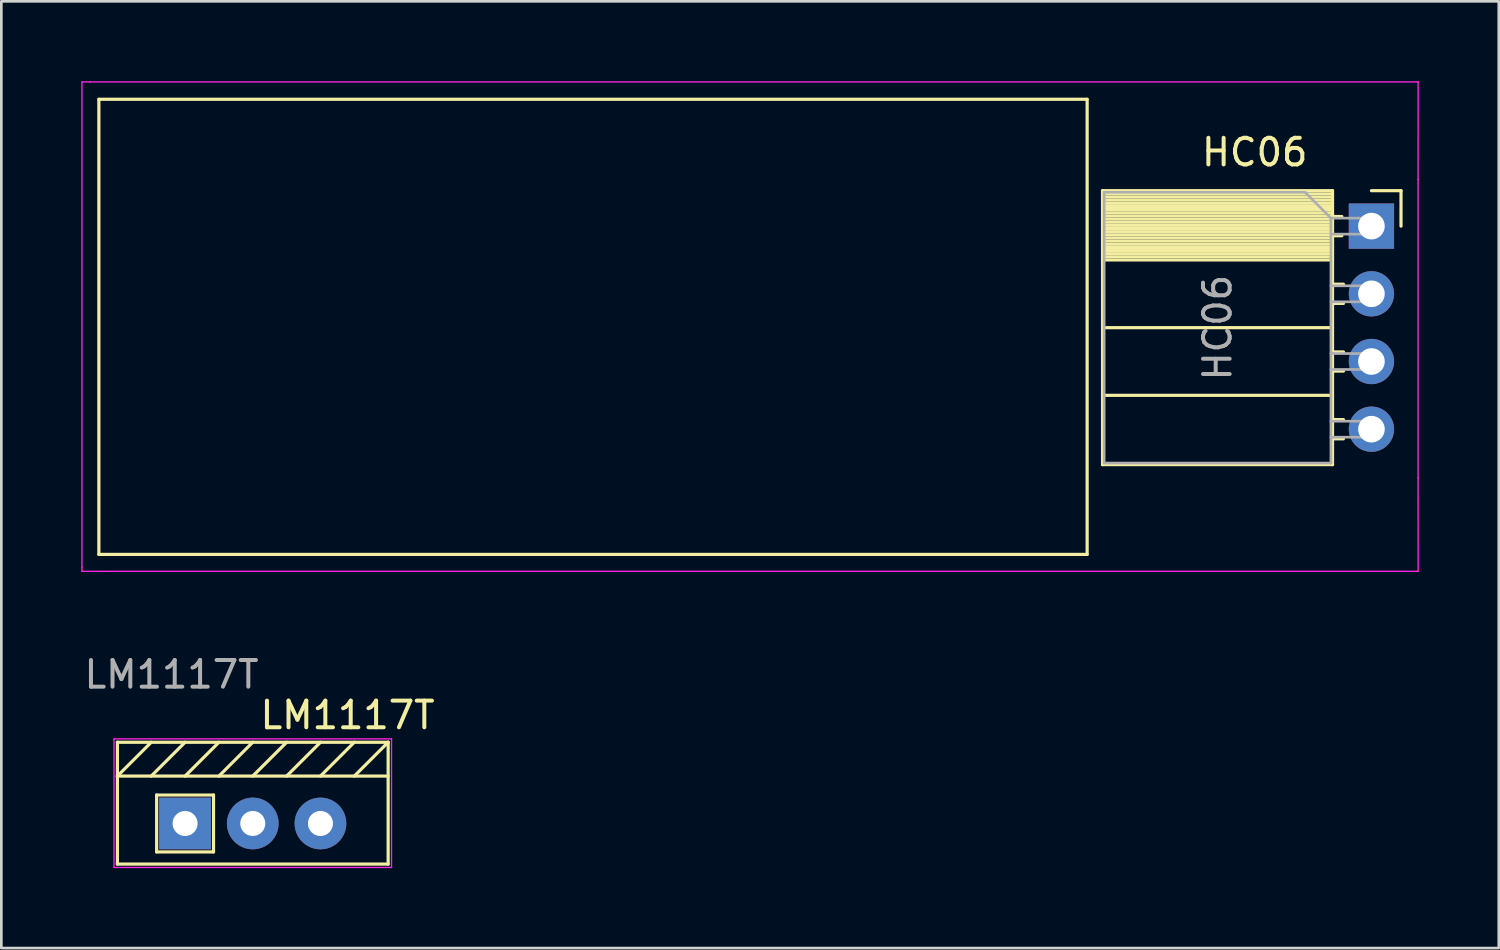
<source format=kicad_pcb>
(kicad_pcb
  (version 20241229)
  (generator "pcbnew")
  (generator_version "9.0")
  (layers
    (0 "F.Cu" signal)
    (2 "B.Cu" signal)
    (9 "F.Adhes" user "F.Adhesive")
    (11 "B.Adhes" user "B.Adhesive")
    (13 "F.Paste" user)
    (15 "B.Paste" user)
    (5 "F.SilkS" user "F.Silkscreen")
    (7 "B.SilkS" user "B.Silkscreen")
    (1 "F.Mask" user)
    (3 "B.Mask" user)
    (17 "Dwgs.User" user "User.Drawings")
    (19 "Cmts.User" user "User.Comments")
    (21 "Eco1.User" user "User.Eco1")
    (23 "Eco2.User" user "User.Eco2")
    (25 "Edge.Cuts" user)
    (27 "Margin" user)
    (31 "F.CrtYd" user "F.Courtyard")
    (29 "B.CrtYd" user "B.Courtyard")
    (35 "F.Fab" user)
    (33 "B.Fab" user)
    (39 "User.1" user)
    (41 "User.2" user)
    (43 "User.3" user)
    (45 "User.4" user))
  (footprint "HC06"
    (layer "F.Cu")
    (at 48.412 5.435)
    (property "Reference" "HC06" (at -4.38 -2.77 0) (layer "F.SilkS") (effects (font (size 1 1) (thickness 0.15))))
    (attr through_hole)
    (fp_line (start -47.752 -4.759) (end -10.668 -4.759) (stroke (width 0.12) (type solid)) (layer "F.SilkS"))
    (fp_line (start -47.752 12.319) (end -47.752 -4.759) (stroke (width 0.12) (type solid)) (layer "F.SilkS"))
    (fp_line (start -10.668 -4.759) (end -10.668 12.319) (stroke (width 0.12) (type solid)) (layer "F.SilkS"))
    (fp_line (start -10.668 12.319) (end -47.752 12.319) (stroke (width 0.12) (type solid)) (layer "F.SilkS"))
    (fp_line (start -10.09 -1.33) (end -10.09 8.95) (stroke (width 0.12) (type solid)) (layer "F.SilkS"))
    (fp_line (start -10.09 -1.33) (end -1.46 -1.33) (stroke (width 0.12) (type solid)) (layer "F.SilkS"))
    (fp_line (start -10.09 -1.21) (end -1.46 -1.21) (stroke (width 0.12) (type solid)) (layer "F.SilkS"))
    (fp_line (start -10.09 -1.092) (end -1.46 -1.092) (stroke (width 0.12) (type solid)) (layer "F.SilkS"))
    (fp_line (start -10.09 -0.974) (end -1.46 -0.974) (stroke (width 0.12) (type solid)) (layer "F.SilkS"))
    (fp_line (start -10.09 -0.856) (end -1.46 -0.856) (stroke (width 0.12) (type solid)) (layer "F.SilkS"))
    (fp_line (start -10.09 -0.738) (end -1.46 -0.738) (stroke (width 0.12) (type solid)) (layer "F.SilkS"))
    (fp_line (start -10.09 -0.62) (end -1.46 -0.62) (stroke (width 0.12) (type solid)) (layer "F.SilkS"))
    (fp_line (start -10.09 -0.501) (end -1.46 -0.501) (stroke (width 0.12) (type solid)) (layer "F.SilkS"))
    (fp_line (start -10.09 -0.383) (end -1.46 -0.383) (stroke (width 0.12) (type solid)) (layer "F.SilkS"))
    (fp_line (start -10.09 -0.265) (end -1.46 -0.265) (stroke (width 0.12) (type solid)) (layer "F.SilkS"))
    (fp_line (start -10.09 -0.147) (end -1.46 -0.147) (stroke (width 0.12) (type solid)) (layer "F.SilkS"))
    (fp_line (start -10.09 -0.029) (end -1.46 -0.029) (stroke (width 0.12) (type solid)) (layer "F.SilkS"))
    (fp_line (start -10.09 0.089) (end -1.46 0.089) (stroke (width 0.12) (type solid)) (layer "F.SilkS"))
    (fp_line (start -10.09 0.207) (end -1.46 0.207) (stroke (width 0.12) (type solid)) (layer "F.SilkS"))
    (fp_line (start -10.09 0.325) (end -1.46 0.325) (stroke (width 0.12) (type solid)) (layer "F.SilkS"))
    (fp_line (start -10.09 0.443) (end -1.46 0.443) (stroke (width 0.12) (type solid)) (layer "F.SilkS"))
    (fp_line (start -10.09 0.561) (end -1.46 0.561) (stroke (width 0.12) (type solid)) (layer "F.SilkS"))
    (fp_line (start -10.09 0.68) (end -1.46 0.68) (stroke (width 0.12) (type solid)) (layer "F.SilkS"))
    (fp_line (start -10.09 0.798) (end -1.46 0.798) (stroke (width 0.12) (type solid)) (layer "F.SilkS"))
    (fp_line (start -10.09 0.916) (end -1.46 0.916) (stroke (width 0.12) (type solid)) (layer "F.SilkS"))
    (fp_line (start -10.09 1.034) (end -1.46 1.034) (stroke (width 0.12) (type solid)) (layer "F.SilkS"))
    (fp_line (start -10.09 1.152) (end -1.46 1.152) (stroke (width 0.12) (type solid)) (layer "F.SilkS"))
    (fp_line (start -10.09 1.27) (end -1.46 1.27) (stroke (width 0.12) (type solid)) (layer "F.SilkS"))
    (fp_line (start -10.09 3.81) (end -1.46 3.81) (stroke (width 0.12) (type solid)) (layer "F.SilkS"))
    (fp_line (start -10.09 6.35) (end -1.46 6.35) (stroke (width 0.12) (type solid)) (layer "F.SilkS"))
    (fp_line (start -10.09 8.95) (end -1.46 8.95) (stroke (width 0.12) (type solid)) (layer "F.SilkS"))
    (fp_line (start -1.46 -1.33) (end -1.46 8.95) (stroke (width 0.12) (type solid)) (layer "F.SilkS"))
    (fp_line (start -1.46 -0.36) (end -1.11 -0.36) (stroke (width 0.12) (type solid)) (layer "F.SilkS"))
    (fp_line (start -1.46 0.36) (end -1.11 0.36) (stroke (width 0.12) (type solid)) (layer "F.SilkS"))
    (fp_line (start -1.46 2.18) (end -1.05 2.18) (stroke (width 0.12) (type solid)) (layer "F.SilkS"))
    (fp_line (start -1.46 2.9) (end -1.05 2.9) (stroke (width 0.12) (type solid)) (layer "F.SilkS"))
    (fp_line (start -1.46 4.72) (end -1.05 4.72) (stroke (width 0.12) (type solid)) (layer "F.SilkS"))
    (fp_line (start -1.46 5.44) (end -1.05 5.44) (stroke (width 0.12) (type solid)) (layer "F.SilkS"))
    (fp_line (start -1.46 7.26) (end -1.05 7.26) (stroke (width 0.12) (type solid)) (layer "F.SilkS"))
    (fp_line (start -1.46 7.98) (end -1.05 7.98) (stroke (width 0.12) (type solid)) (layer "F.SilkS"))
    (fp_line (start 0 -1.33) (end 1.11 -1.33) (stroke (width 0.12) (type solid)) (layer "F.SilkS"))
    (fp_line (start 1.11 -1.33) (end 1.11 0) (stroke (width 0.12) (type solid)) (layer "F.SilkS"))
    (fp_line (start -48.387 -5.41) (end -48.082 -5.41) (stroke (width 0.05) (type solid)) (layer "F.CrtYd"))
    (fp_line (start -48.387 12.802) (end -48.387 -5.41) (stroke (width 0.05) (type solid)) (layer "F.CrtYd"))
    (fp_line (start -48.387 12.954) (end -48.387 12.802) (stroke (width 0.05) (type solid)) (layer "F.CrtYd"))
    (fp_line (start -47.473 12.954) (end -48.387 12.954) (stroke (width 0.05) (type solid)) (layer "F.CrtYd"))
    (fp_line (start -47.473 12.954) (end 1.702 12.954) (stroke (width 0.05) (type solid)) (layer "F.CrtYd"))
    (fp_line (start 1.75 -1.75) (end 1.753 -5.41) (stroke (width 0.05) (type solid)) (layer "F.CrtYd"))
    (fp_line (start 1.75 9.45) (end 1.75 -1.75) (stroke (width 0.05) (type solid)) (layer "F.CrtYd"))
    (fp_line (start 1.75 9.45) (end 1.753 12.954) (stroke (width 0.05) (type solid)) (layer "F.CrtYd"))
    (fp_line (start 1.753 -5.41) (end -48.082 -5.41) (stroke (width 0.05) (type solid)) (layer "F.CrtYd"))
    (fp_line (start 1.753 12.954) (end 1.702 12.954) (stroke (width 0.05) (type solid)) (layer "F.CrtYd"))
    (fp_line (start -10.03 -1.27) (end -2.49 -1.27) (stroke (width 0.1) (type solid)) (layer "F.Fab"))
    (fp_line (start -10.03 8.89) (end -10.03 -1.27) (stroke (width 0.1) (type solid)) (layer "F.Fab"))
    (fp_line (start -2.49 -1.27) (end -1.52 -0.3) (stroke (width 0.1) (type solid)) (layer "F.Fab"))
    (fp_line (start -1.52 -0.3) (end -1.52 8.89) (stroke (width 0.1) (type solid)) (layer "F.Fab"))
    (fp_line (start -1.52 0.3) (end 0 0.3) (stroke (width 0.1) (type solid)) (layer "F.Fab"))
    (fp_line (start -1.52 2.84) (end 0 2.84) (stroke (width 0.1) (type solid)) (layer "F.Fab"))
    (fp_line (start -1.52 5.38) (end 0 5.38) (stroke (width 0.1) (type solid)) (layer "F.Fab"))
    (fp_line (start -1.52 7.92) (end 0 7.92) (stroke (width 0.1) (type solid)) (layer "F.Fab"))
    (fp_line (start -1.52 8.89) (end -10.03 8.89) (stroke (width 0.1) (type solid)) (layer "F.Fab"))
    (fp_line (start 0 -0.3) (end -1.52 -0.3) (stroke (width 0.1) (type solid)) (layer "F.Fab"))
    (fp_line (start 0 0.3) (end 0 -0.3) (stroke (width 0.1) (type solid)) (layer "F.Fab"))
    (fp_line (start 0 2.24) (end -1.52 2.24) (stroke (width 0.1) (type solid)) (layer "F.Fab"))
    (fp_line (start 0 2.84) (end 0 2.24) (stroke (width 0.1) (type solid)) (layer "F.Fab"))
    (fp_line (start 0 4.78) (end -1.52 4.78) (stroke (width 0.1) (type solid)) (layer "F.Fab"))
    (fp_line (start 0 5.38) (end 0 4.78) (stroke (width 0.1) (type solid)) (layer "F.Fab"))
    (fp_line (start 0 7.32) (end -1.52 7.32) (stroke (width 0.1) (type solid)) (layer "F.Fab"))
    (fp_line (start 0 7.92) (end 0 7.32) (stroke (width 0.1) (type solid)) (layer "F.Fab"))
    (fp_text user "${REFERENCE}" (at -5.775 3.81 90) (layer "F.Fab") (effects (font (size 1 1) (thickness 0.15))))
    (pad "1" thru_hole rect (at 0 0) (size 1.7 1.7) (drill 1) (layers "*.Cu" "*.Mask"))
    (pad "2" thru_hole oval (at 0 2.54) (size 1.7 1.7) (drill 1) (layers "*.Cu" "*.Mask"))
    (pad "3" thru_hole oval (at 0 5.08) (size 1.7 1.7) (drill 1) (layers "*.Cu" "*.Mask"))
    (pad "4" thru_hole oval (at 0 7.62) (size 1.7 1.7) (drill 1) (layers "*.Cu" "*.Mask")))
  (footprint "LM1117T"
    (layer "F.Cu")
    (at 3.895 27.85)
    (property "Reference" "LM1117T" (at 6.096 -4.064 0) (unlocked yes) (layer "F.SilkS") (effects (font (size 1 1) (thickness 0.15))))
    (attr through_hole)
    (fp_line (start -2.54 -3.048) (end -2.54 1.524) (stroke (width 0.12) (type solid)) (layer "F.SilkS"))
    (fp_line (start -2.54 -1.778) (end -1.27 -3.048) (stroke (width 0.12) (type solid)) (layer "F.SilkS"))
    (fp_line (start -2.54 -1.778) (end 7.62 -1.778) (stroke (width 0.12) (type solid)) (layer "F.SilkS"))
    (fp_line (start -2.54 1.524) (end 7.62 1.524) (stroke (width 0.12) (type solid)) (layer "F.SilkS"))
    (fp_line (start -1.27 -1.778) (end 0 -3.048) (stroke (width 0.12) (type solid)) (layer "F.SilkS"))
    (fp_line (start -1.067 -1.067) (end 1.067 -1.067) (stroke (width 0.12) (type solid)) (layer "F.SilkS"))
    (fp_line (start -1.067 1.067) (end -1.067 -1.067) (stroke (width 0.12) (type solid)) (layer "F.SilkS"))
    (fp_line (start 0 -1.778) (end 1.27 -3.048) (stroke (width 0.12) (type solid)) (layer "F.SilkS"))
    (fp_line (start 1.067 -1.067) (end 1.067 1.067) (stroke (width 0.12) (type solid)) (layer "F.SilkS"))
    (fp_line (start 1.067 1.067) (end -1.067 1.067) (stroke (width 0.12) (type solid)) (layer "F.SilkS"))
    (fp_line (start 1.27 -1.778) (end 2.54 -3.048) (stroke (width 0.12) (type solid)) (layer "F.SilkS"))
    (fp_line (start 2.54 -1.778) (end 3.81 -3.048) (stroke (width 0.12) (type solid)) (layer "F.SilkS"))
    (fp_line (start 3.81 -1.778) (end 5.08 -3.048) (stroke (width 0.12) (type solid)) (layer "F.SilkS"))
    (fp_line (start 5.08 -1.778) (end 6.35 -3.048) (stroke (width 0.12) (type solid)) (layer "F.SilkS"))
    (fp_line (start 6.35 -1.778) (end 7.62 -3.048) (stroke (width 0.12) (type solid)) (layer "F.SilkS"))
    (fp_line (start 7.62 -3.048) (end -2.54 -3.048) (stroke (width 0.12) (type solid)) (layer "F.SilkS"))
    (fp_line (start 7.62 1.524) (end 7.62 -3.048) (stroke (width 0.12) (type solid)) (layer "F.SilkS"))
    (fp_line (start -2.667 -3.175) (end 7.747 -3.175) (stroke (width 0.05) (type solid)) (layer "F.CrtYd"))
    (fp_line (start -2.667 1.651) (end -2.667 -3.175) (stroke (width 0.05) (type solid)) (layer "F.CrtYd"))
    (fp_line (start 7.747 -3.175) (end 7.747 1.651) (stroke (width 0.05) (type solid)) (layer "F.CrtYd"))
    (fp_line (start 7.747 1.651) (end -2.667 1.651) (stroke (width 0.05) (type solid)) (layer "F.CrtYd"))
    (fp_text user "${REFERENCE}" (at -0.508 -5.588 0) (unlocked yes) (layer "F.Fab") (effects (font (size 1 1) (thickness 0.15))))
    (pad "1" thru_hole rect (at 0 0) (size 1.94 1.94) (drill 0.94) (layers "*.Cu" "*.Mask"))
    (pad "2" thru_hole circle (at 2.54 0) (size 1.94 1.94) (drill 0.94) (layers "*.Cu" "*.Mask"))
    (pad "3" thru_hole circle (at 5.08 0) (size 1.94 1.94) (drill 0.94) (layers "*.Cu" "*.Mask")))
  (gr_rect
    (start -3 -3)
    (end 53.19 32.526)
    (stroke (width 0.1) (type default))
    (fill no)
    (layer "Edge.Cuts")))
</source>
